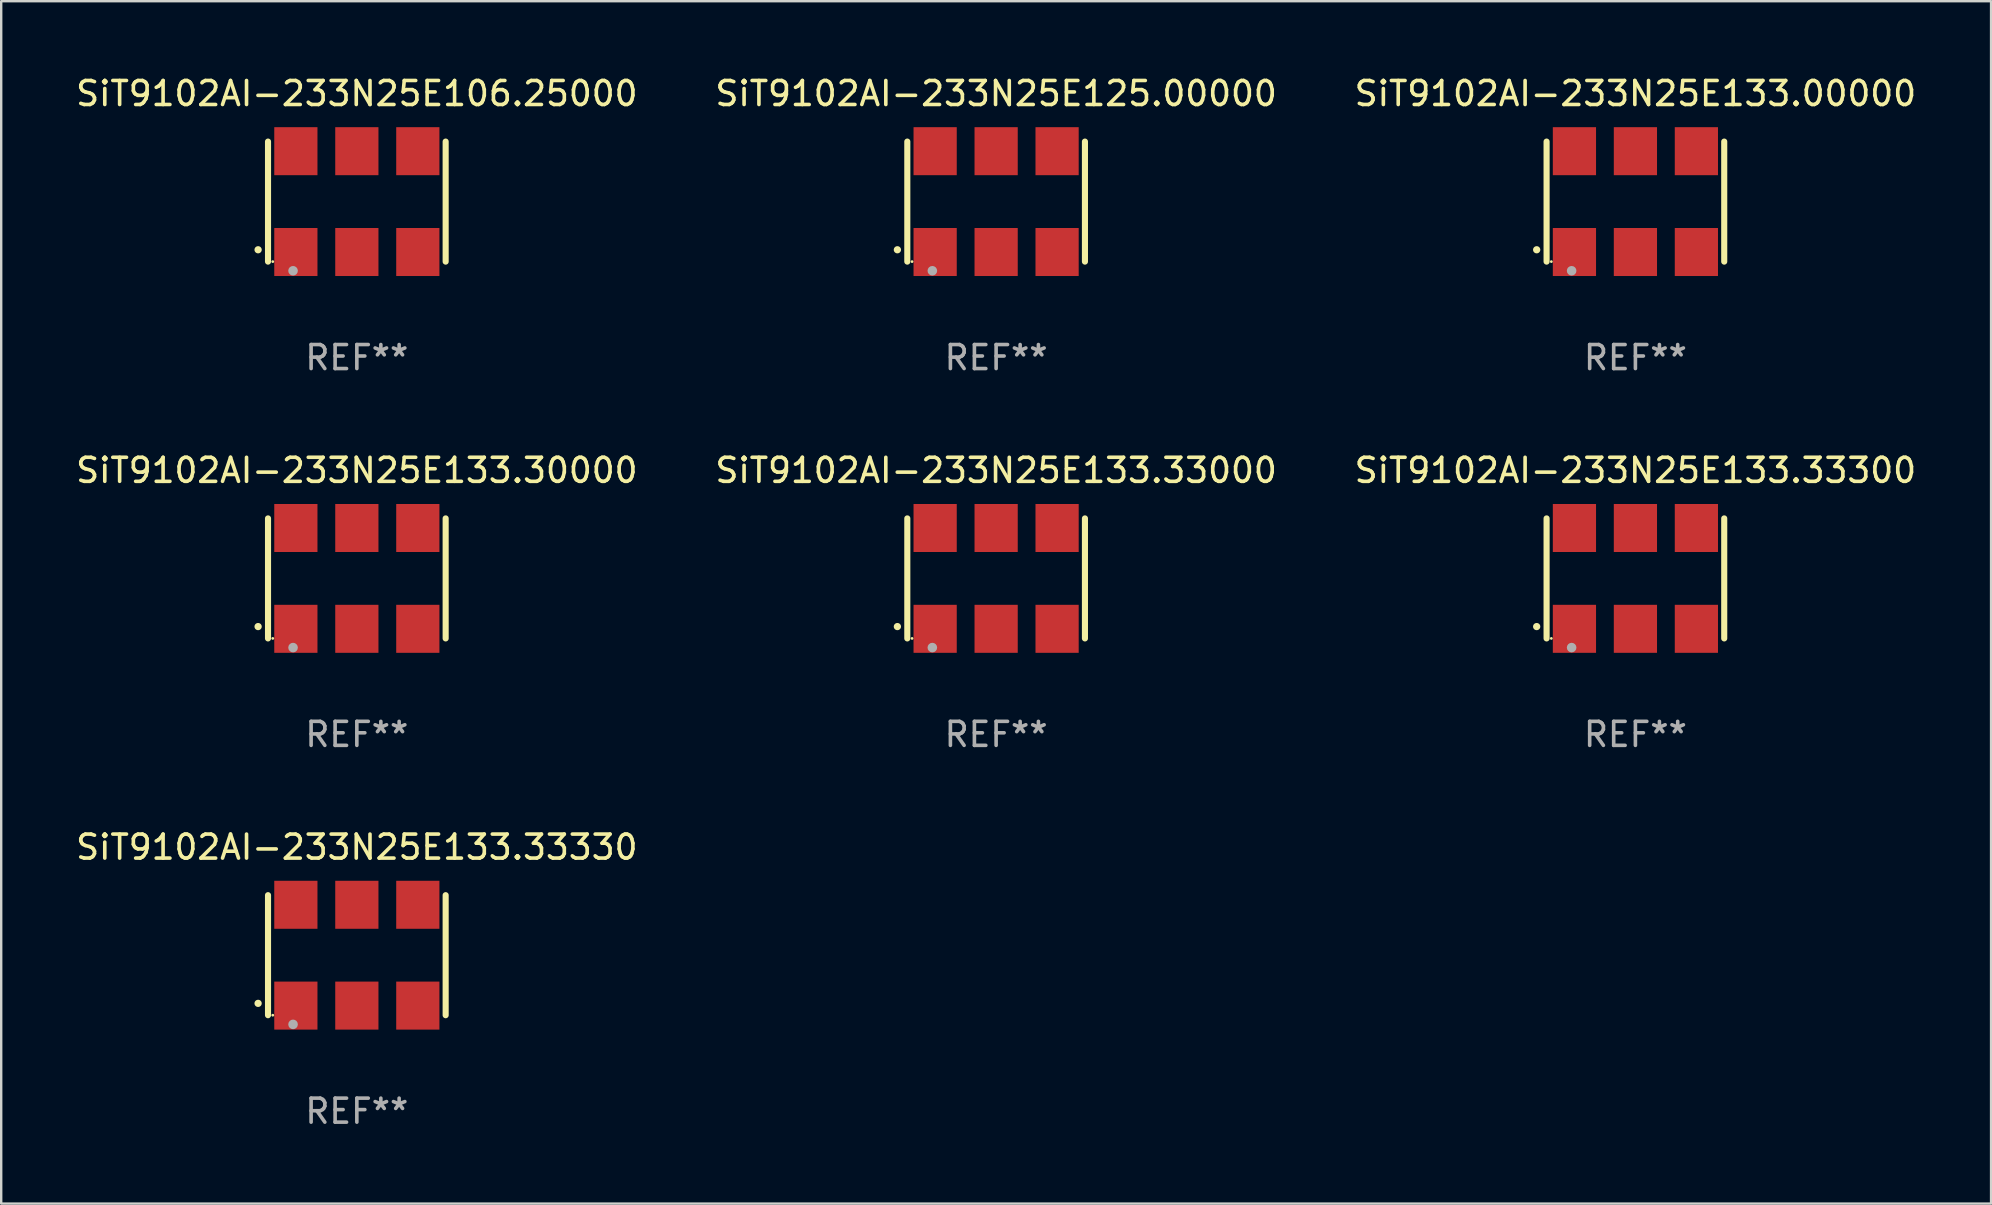
<source format=kicad_pcb>
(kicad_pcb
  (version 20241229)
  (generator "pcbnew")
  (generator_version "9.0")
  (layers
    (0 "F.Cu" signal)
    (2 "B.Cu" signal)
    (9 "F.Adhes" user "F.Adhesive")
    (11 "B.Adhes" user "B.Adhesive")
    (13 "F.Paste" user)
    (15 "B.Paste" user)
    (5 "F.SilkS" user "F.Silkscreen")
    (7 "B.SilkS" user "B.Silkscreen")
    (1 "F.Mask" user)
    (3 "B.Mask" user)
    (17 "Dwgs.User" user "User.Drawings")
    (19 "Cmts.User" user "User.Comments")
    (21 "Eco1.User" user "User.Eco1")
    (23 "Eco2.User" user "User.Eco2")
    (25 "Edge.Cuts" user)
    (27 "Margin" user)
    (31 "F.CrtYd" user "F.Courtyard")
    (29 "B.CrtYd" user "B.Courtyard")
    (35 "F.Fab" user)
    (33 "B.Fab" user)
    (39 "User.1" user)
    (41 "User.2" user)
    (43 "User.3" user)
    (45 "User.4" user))
  (footprint "SiT9102AI-233N25E133.30000"
    (layer "F.Cu")
    (at 11.815 21.045)
    (property "Reference" "SiT9102AI-233N25E133.30000" (at 0 -4.5 0) (layer "F.SilkS") (effects (font (size 1 1) (thickness 0.15))))
    (attr through_hole)
    (fp_line (start -3.7 -2.5) (end -3.7 2.5) (stroke (width 0.254) (type solid)) (layer "F.SilkS"))
    (fp_line (start 3.7 -2.5) (end 3.7 2.5) (stroke (width 0.254) (type solid)) (layer "F.SilkS"))
    (fp_arc (start -4.114415 2.006604) (mid -4.113145 2.006599) (end -4.111875 2.006604) (stroke (width 0.3) (type solid)) (layer "F.SilkS"))
    (fp_circle (center -3.502 2.5) (end -3.472 2.5) (stroke (width 0.06) (type solid)) (fill no) (layer "F.SilkS"))
    (fp_circle (center -2.657 2.882) (end -2.557 2.882) (stroke (width 0.2) (type solid)) (fill no) (layer "F.Fab"))
    (fp_text user "REF**" (at 0 6.5 0) (layer "F.Fab") (effects (font (size 1 1) (thickness 0.15))))
    (pad "1" smd rect (at -2.54 2.1) (size 1.8 2) (layers "F.Cu" "F.Mask" "F.Paste"))
    (pad "2" smd rect (at 0.000394 2.1) (size 1.8 2) (layers "F.Cu" "F.Mask" "F.Paste"))
    (pad "3" smd rect (at 2.54 2.1) (size 1.8 2) (layers "F.Cu" "F.Mask" "F.Paste"))
    (pad "4" smd rect (at 2.54 -2.1) (size 1.8 2) (layers "F.Cu" "F.Mask" "F.Paste"))
    (pad "5" smd rect (at 0.000394 -2.1) (size 1.8 2) (layers "F.Cu" "F.Mask" "F.Paste"))
    (pad "6" smd rect (at -2.54 -2.1) (size 1.8 2) (layers "F.Cu" "F.Mask" "F.Paste")))
  (footprint "SiT9102AI-233N25E125.00000"
    (layer "F.Cu")
    (at 38.446 5.348)
    (property "Reference" "SiT9102AI-233N25E125.00000" (at 0 -4.5 0) (layer "F.SilkS") (effects (font (size 1 1) (thickness 0.15))))
    (attr through_hole)
    (fp_line (start -3.7 -2.5) (end -3.7 2.5) (stroke (width 0.254) (type solid)) (layer "F.SilkS"))
    (fp_line (start 3.7 -2.5) (end 3.7 2.5) (stroke (width 0.254) (type solid)) (layer "F.SilkS"))
    (fp_arc (start -4.114415 2.006604) (mid -4.113145 2.006599) (end -4.111875 2.006604) (stroke (width 0.3) (type solid)) (layer "F.SilkS"))
    (fp_circle (center -3.502 2.5) (end -3.472 2.5) (stroke (width 0.06) (type solid)) (fill no) (layer "F.SilkS"))
    (fp_circle (center -2.657 2.882) (end -2.557 2.882) (stroke (width 0.2) (type solid)) (fill no) (layer "F.Fab"))
    (fp_text user "REF**" (at 0 6.5 0) (layer "F.Fab") (effects (font (size 1 1) (thickness 0.15))))
    (pad "1" smd rect (at -2.54 2.1) (size 1.8 2) (layers "F.Cu" "F.Mask" "F.Paste"))
    (pad "2" smd rect (at 0.000394 2.1) (size 1.8 2) (layers "F.Cu" "F.Mask" "F.Paste"))
    (pad "3" smd rect (at 2.54 2.1) (size 1.8 2) (layers "F.Cu" "F.Mask" "F.Paste"))
    (pad "4" smd rect (at 2.54 -2.1) (size 1.8 2) (layers "F.Cu" "F.Mask" "F.Paste"))
    (pad "5" smd rect (at 0.000394 -2.1) (size 1.8 2) (layers "F.Cu" "F.Mask" "F.Paste"))
    (pad "6" smd rect (at -2.54 -2.1) (size 1.8 2) (layers "F.Cu" "F.Mask" "F.Paste")))
  (footprint "SiT9102AI-233N25E106.25000"
    (layer "F.Cu")
    (at 11.815 5.348)
    (property "Reference" "SiT9102AI-233N25E106.25000" (at 0 -4.5 0) (layer "F.SilkS") (effects (font (size 1 1) (thickness 0.15))))
    (attr through_hole)
    (fp_line (start -3.7 -2.5) (end -3.7 2.5) (stroke (width 0.254) (type solid)) (layer "F.SilkS"))
    (fp_line (start 3.7 -2.5) (end 3.7 2.5) (stroke (width 0.254) (type solid)) (layer "F.SilkS"))
    (fp_arc (start -4.114415 2.006604) (mid -4.113145 2.006599) (end -4.111875 2.006604) (stroke (width 0.3) (type solid)) (layer "F.SilkS"))
    (fp_circle (center -3.502 2.5) (end -3.472 2.5) (stroke (width 0.06) (type solid)) (fill no) (layer "F.SilkS"))
    (fp_circle (center -2.657 2.882) (end -2.557 2.882) (stroke (width 0.2) (type solid)) (fill no) (layer "F.Fab"))
    (fp_text user "REF**" (at 0 6.5 0) (layer "F.Fab") (effects (font (size 1 1) (thickness 0.15))))
    (pad "1" smd rect (at -2.54 2.1) (size 1.8 2) (layers "F.Cu" "F.Mask" "F.Paste"))
    (pad "2" smd rect (at 0.000394 2.1) (size 1.8 2) (layers "F.Cu" "F.Mask" "F.Paste"))
    (pad "3" smd rect (at 2.54 2.1) (size 1.8 2) (layers "F.Cu" "F.Mask" "F.Paste"))
    (pad "4" smd rect (at 2.54 -2.1) (size 1.8 2) (layers "F.Cu" "F.Mask" "F.Paste"))
    (pad "5" smd rect (at 0.000394 -2.1) (size 1.8 2) (layers "F.Cu" "F.Mask" "F.Paste"))
    (pad "6" smd rect (at -2.54 -2.1) (size 1.8 2) (layers "F.Cu" "F.Mask" "F.Paste")))
  (footprint "SiT9102AI-233N25E133.33000"
    (layer "F.Cu")
    (at 38.446 21.045)
    (property "Reference" "SiT9102AI-233N25E133.33000" (at 0 -4.5 0) (layer "F.SilkS") (effects (font (size 1 1) (thickness 0.15))))
    (attr through_hole)
    (fp_line (start -3.7 -2.5) (end -3.7 2.5) (stroke (width 0.254) (type solid)) (layer "F.SilkS"))
    (fp_line (start 3.7 -2.5) (end 3.7 2.5) (stroke (width 0.254) (type solid)) (layer "F.SilkS"))
    (fp_arc (start -4.114415 2.006604) (mid -4.113145 2.006599) (end -4.111875 2.006604) (stroke (width 0.3) (type solid)) (layer "F.SilkS"))
    (fp_circle (center -3.502 2.5) (end -3.472 2.5) (stroke (width 0.06) (type solid)) (fill no) (layer "F.SilkS"))
    (fp_circle (center -2.657 2.882) (end -2.557 2.882) (stroke (width 0.2) (type solid)) (fill no) (layer "F.Fab"))
    (fp_text user "REF**" (at 0 6.5 0) (layer "F.Fab") (effects (font (size 1 1) (thickness 0.15))))
    (pad "1" smd rect (at -2.54 2.1) (size 1.8 2) (layers "F.Cu" "F.Mask" "F.Paste"))
    (pad "2" smd rect (at 0.000394 2.1) (size 1.8 2) (layers "F.Cu" "F.Mask" "F.Paste"))
    (pad "3" smd rect (at 2.54 2.1) (size 1.8 2) (layers "F.Cu" "F.Mask" "F.Paste"))
    (pad "4" smd rect (at 2.54 -2.1) (size 1.8 2) (layers "F.Cu" "F.Mask" "F.Paste"))
    (pad "5" smd rect (at 0.000394 -2.1) (size 1.8 2) (layers "F.Cu" "F.Mask" "F.Paste"))
    (pad "6" smd rect (at -2.54 -2.1) (size 1.8 2) (layers "F.Cu" "F.Mask" "F.Paste")))
  (footprint "SiT9102AI-233N25E133.33330"
    (layer "F.Cu")
    (at 11.815 36.741)
    (property "Reference" "SiT9102AI-233N25E133.33330" (at 0 -4.5 0) (layer "F.SilkS") (effects (font (size 1 1) (thickness 0.15))))
    (attr through_hole)
    (fp_line (start -3.7 -2.5) (end -3.7 2.5) (stroke (width 0.254) (type solid)) (layer "F.SilkS"))
    (fp_line (start 3.7 -2.5) (end 3.7 2.5) (stroke (width 0.254) (type solid)) (layer "F.SilkS"))
    (fp_arc (start -4.114415 2.006604) (mid -4.113145 2.006599) (end -4.111875 2.006604) (stroke (width 0.3) (type solid)) (layer "F.SilkS"))
    (fp_circle (center -3.502 2.5) (end -3.472 2.5) (stroke (width 0.06) (type solid)) (fill no) (layer "F.SilkS"))
    (fp_circle (center -2.657 2.882) (end -2.557 2.882) (stroke (width 0.2) (type solid)) (fill no) (layer "F.Fab"))
    (fp_text user "REF**" (at 0 6.5 0) (layer "F.Fab") (effects (font (size 1 1) (thickness 0.15))))
    (pad "1" smd rect (at -2.54 2.1) (size 1.8 2) (layers "F.Cu" "F.Mask" "F.Paste"))
    (pad "2" smd rect (at 0.000394 2.1) (size 1.8 2) (layers "F.Cu" "F.Mask" "F.Paste"))
    (pad "3" smd rect (at 2.54 2.1) (size 1.8 2) (layers "F.Cu" "F.Mask" "F.Paste"))
    (pad "4" smd rect (at 2.54 -2.1) (size 1.8 2) (layers "F.Cu" "F.Mask" "F.Paste"))
    (pad "5" smd rect (at 0.000394 -2.1) (size 1.8 2) (layers "F.Cu" "F.Mask" "F.Paste"))
    (pad "6" smd rect (at -2.54 -2.1) (size 1.8 2) (layers "F.Cu" "F.Mask" "F.Paste")))
  (footprint "SiT9102AI-233N25E133.00000"
    (layer "F.Cu")
    (at 65.077 5.348)
    (property "Reference" "SiT9102AI-233N25E133.00000" (at 0 -4.5 0) (layer "F.SilkS") (effects (font (size 1 1) (thickness 0.15))))
    (attr through_hole)
    (fp_line (start -3.7 -2.5) (end -3.7 2.5) (stroke (width 0.254) (type solid)) (layer "F.SilkS"))
    (fp_line (start 3.7 -2.5) (end 3.7 2.5) (stroke (width 0.254) (type solid)) (layer "F.SilkS"))
    (fp_arc (start -4.114415 2.006604) (mid -4.113145 2.006599) (end -4.111875 2.006604) (stroke (width 0.3) (type solid)) (layer "F.SilkS"))
    (fp_circle (center -3.502 2.5) (end -3.472 2.5) (stroke (width 0.06) (type solid)) (fill no) (layer "F.SilkS"))
    (fp_circle (center -2.657 2.882) (end -2.557 2.882) (stroke (width 0.2) (type solid)) (fill no) (layer "F.Fab"))
    (fp_text user "REF**" (at 0 6.5 0) (layer "F.Fab") (effects (font (size 1 1) (thickness 0.15))))
    (pad "1" smd rect (at -2.54 2.1) (size 1.8 2) (layers "F.Cu" "F.Mask" "F.Paste"))
    (pad "2" smd rect (at 0.000394 2.1) (size 1.8 2) (layers "F.Cu" "F.Mask" "F.Paste"))
    (pad "3" smd rect (at 2.54 2.1) (size 1.8 2) (layers "F.Cu" "F.Mask" "F.Paste"))
    (pad "4" smd rect (at 2.54 -2.1) (size 1.8 2) (layers "F.Cu" "F.Mask" "F.Paste"))
    (pad "5" smd rect (at 0.000394 -2.1) (size 1.8 2) (layers "F.Cu" "F.Mask" "F.Paste"))
    (pad "6" smd rect (at -2.54 -2.1) (size 1.8 2) (layers "F.Cu" "F.Mask" "F.Paste")))
  (footprint "SiT9102AI-233N25E133.33300"
    (layer "F.Cu")
    (at 65.077 21.045)
    (property "Reference" "SiT9102AI-233N25E133.33300" (at 0 -4.5 0) (layer "F.SilkS") (effects (font (size 1 1) (thickness 0.15))))
    (attr through_hole)
    (fp_line (start -3.7 -2.5) (end -3.7 2.5) (stroke (width 0.254) (type solid)) (layer "F.SilkS"))
    (fp_line (start 3.7 -2.5) (end 3.7 2.5) (stroke (width 0.254) (type solid)) (layer "F.SilkS"))
    (fp_arc (start -4.114415 2.006604) (mid -4.113145 2.006599) (end -4.111875 2.006604) (stroke (width 0.3) (type solid)) (layer "F.SilkS"))
    (fp_circle (center -3.502 2.5) (end -3.472 2.5) (stroke (width 0.06) (type solid)) (fill no) (layer "F.SilkS"))
    (fp_circle (center -2.657 2.882) (end -2.557 2.882) (stroke (width 0.2) (type solid)) (fill no) (layer "F.Fab"))
    (fp_text user "REF**" (at 0 6.5 0) (layer "F.Fab") (effects (font (size 1 1) (thickness 0.15))))
    (pad "1" smd rect (at -2.54 2.1) (size 1.8 2) (layers "F.Cu" "F.Mask" "F.Paste"))
    (pad "2" smd rect (at 0.000394 2.1) (size 1.8 2) (layers "F.Cu" "F.Mask" "F.Paste"))
    (pad "3" smd rect (at 2.54 2.1) (size 1.8 2) (layers "F.Cu" "F.Mask" "F.Paste"))
    (pad "4" smd rect (at 2.54 -2.1) (size 1.8 2) (layers "F.Cu" "F.Mask" "F.Paste"))
    (pad "5" smd rect (at 0.000394 -2.1) (size 1.8 2) (layers "F.Cu" "F.Mask" "F.Paste"))
    (pad "6" smd rect (at -2.54 -2.1) (size 1.8 2) (layers "F.Cu" "F.Mask" "F.Paste")))
  (gr_rect
    (start -3 -3)
    (end 79.893 47.09)
    (stroke (width 0.1) (type default))
    (fill no)
    (layer "Edge.Cuts")))
</source>
